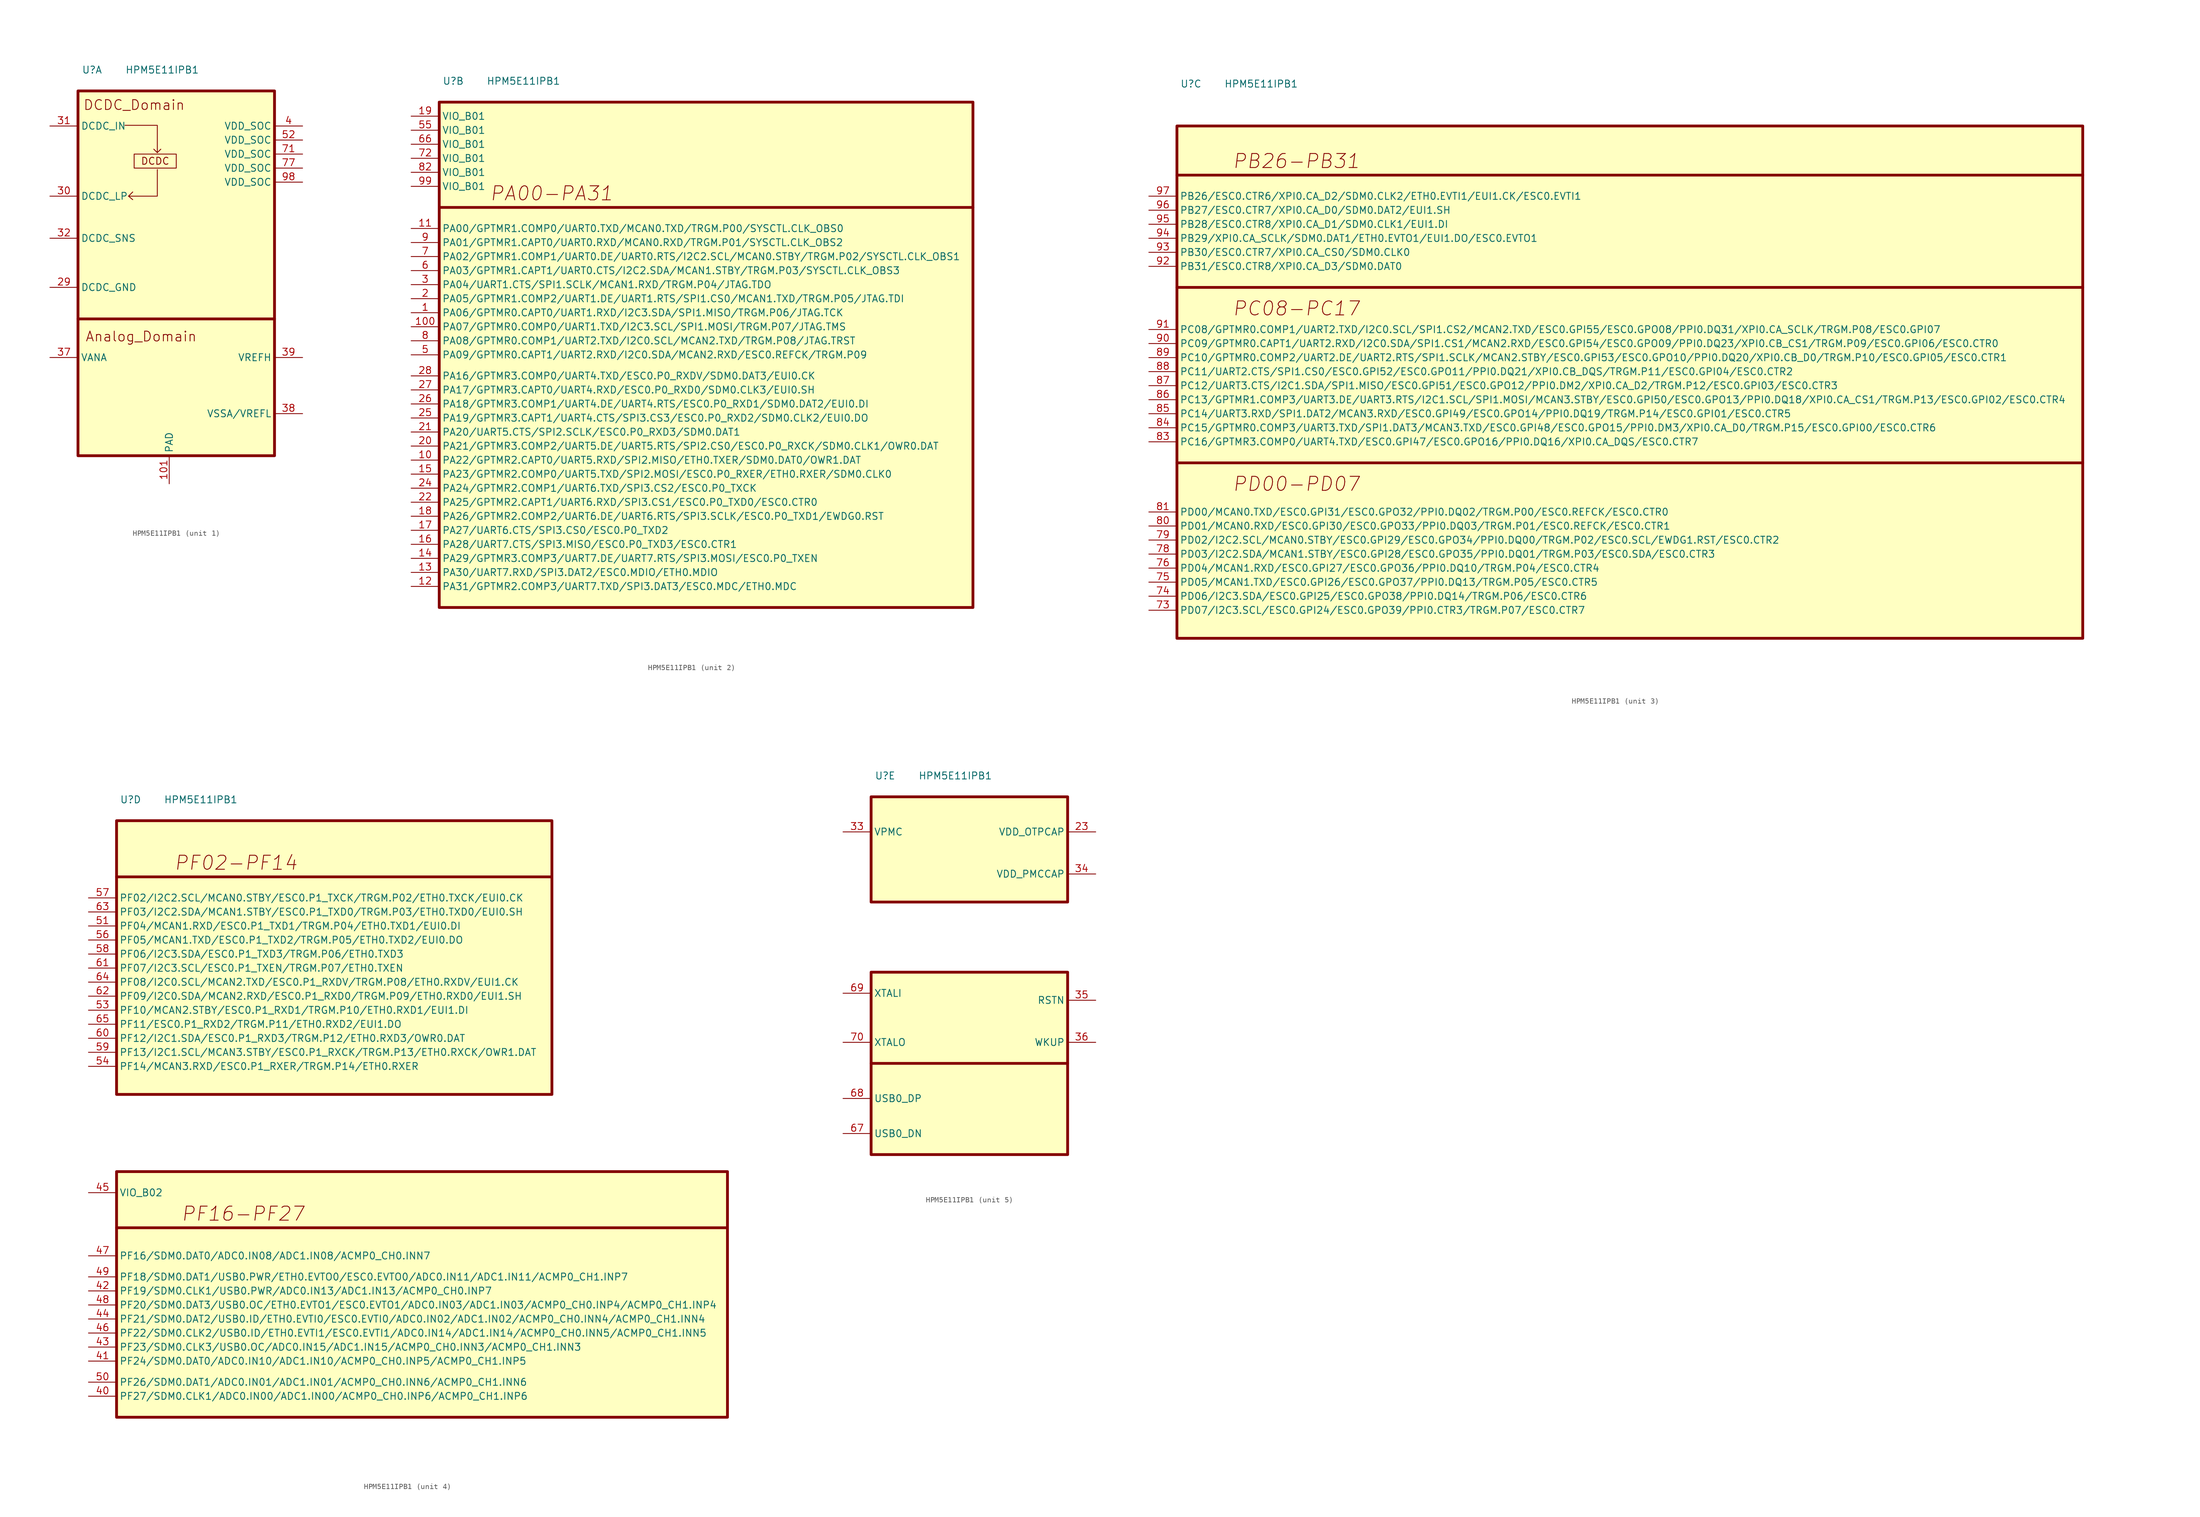
<source format=kicad_sym>
(kicad_symbol_lib
  (version 20241209)
  (generator "kicad_symbol_editor")
  (generator_version "9.0")
  (symbol "HPM5E11IPB1"
    (property "Reference" "U"
      (at 2.54 3.81 0)
      (effects (font (size 1.27 1.27))))
    (property "Value" "HPM5E11IPB1"
      (at 15.24 3.81 0)
      (effects (font (size 1.27 1.27))))
    (property "ki_locked" ""
      (at 0 0 0)
      (effects (font (size 1.27 1.27))))
    (symbol "HPM5E11IPB1_1_1"
      (rectangle (start 0 0) (end 35.56 -66.04) (stroke (width 0.508) (type default)) (fill (type background)))
      (polyline (pts (xy 0 -41.275) (xy 35.56 -41.275)) (stroke (width 0.508) (type default)) (fill (type none)))
      (polyline (pts (xy 8.509 -6.223) (xy 14.351 -6.223) (xy 14.351 -11.176) (xy 14.986 -10.541)) (stroke (width 0) (type default)) (fill (type none)))
      (polyline (pts (xy 9.144 -19.05) (xy 9.906 -18.288)) (stroke (width 0) (type default)) (fill (type none)))
      (polyline (pts (xy 9.144 -19.05) (xy 9.906 -19.685)) (stroke (width 0) (type default)) (fill (type none)))
      (rectangle (start 10.16 -11.43) (end 17.78 -13.97) (stroke (width 0) (type default)) (fill (type none)))
      (polyline (pts (xy 14.351 -11.176) (xy 13.716 -10.541)) (stroke (width 0) (type default)) (fill (type none)))
      (polyline (pts (xy 14.351 -14.224) (xy 14.351 -19.05) (xy 9.144 -19.05)) (stroke (width 0) (type default)) (fill (type none)))
      (text "DCDC_Domain" (at 10.16 -2.54 0) (effects (font (size 1.778 1.778))))
      (text "Analog_Domain" (at 11.43 -44.45 0) (effects (font (size 1.778 1.778))))
      (text "DCDC" (at 13.97 -12.7 0) (effects (font (size 1.27 1.27))))
      (pin power_in line (at -5.08 -6.35 0) (length 5.08) (name "DCDC_IN" (effects (font (size 1.27 1.27)))) (number "31" (effects (font (size 1.27 1.27)))))
      (pin power_in line (at -5.08 -19.05 0) (length 5.08) (name "DCDC_LP" (effects (font (size 1.27 1.27)))) (number "30" (effects (font (size 1.27 1.27)))))
      (pin power_in line (at -5.08 -26.67 0) (length 5.08) (name "DCDC_SNS" (effects (font (size 1.27 1.27)))) (number "32" (effects (font (size 1.27 1.27)))))
      (pin output line (at -5.08 -35.56 0) (length 5.08) (name "DCDC_GND" (effects (font (size 1.27 1.27)))) (number "29" (effects (font (size 1.27 1.27)))))
      (pin input line (at -5.08 -48.26 0) (length 5.08) (name "VANA" (effects (font (size 1.27 1.27)))) (number "37" (effects (font (size 1.27 1.27)))))
      (pin power_out line (at 16.51 -71.12 90) (length 5.08) (name "PAD" (effects (font (size 1.27 1.27)))) (number "101" (effects (font (size 1.27 1.27)))))
      (pin power_out line (at 40.64 -6.35 180) (length 5.08) (name "VDD_SOC" (effects (font (size 1.27 1.27)))) (number "4" (effects (font (size 1.27 1.27)))))
      (pin power_out line (at 40.64 -8.89 180) (length 5.08) (name "VDD_SOC" (effects (font (size 1.27 1.27)))) (number "52" (effects (font (size 1.27 1.27)))))
      (pin power_out line (at 40.64 -11.43 180) (length 5.08) (name "VDD_SOC" (effects (font (size 1.27 1.27)))) (number "71" (effects (font (size 1.27 1.27)))))
      (pin power_out line (at 40.64 -13.97 180) (length 5.08) (name "VDD_SOC" (effects (font (size 1.27 1.27)))) (number "77" (effects (font (size 1.27 1.27)))))
      (pin power_out line (at 40.64 -16.51 180) (length 5.08) (name "VDD_SOC" (effects (font (size 1.27 1.27)))) (number "98" (effects (font (size 1.27 1.27)))))
      (pin power_out line (at 40.64 -48.26 180) (length 5.08) (name "VREFH" (effects (font (size 1.27 1.27)))) (number "39" (effects (font (size 1.27 1.27)))))
      (pin power_in line (at 40.64 -58.42 180) (length 5.08) (name "VSSA/VREFL" (effects (font (size 1.27 1.27)))) (number "38" (effects (font (size 1.27 1.27))))))
    (symbol "HPM5E11IPB1_2_1"
      (rectangle (start 0 0) (end 96.52 -91.44) (stroke (width 0.508) (type default)) (fill (type background)))
      (polyline (pts (xy 0 -19.05) (xy 96.52 -19.05)) (stroke (width 0.5) (type default)) (fill (type none)))
      (text "PA00-PA31" (at 20.32 -16.51 0) (effects (font (size 2.54 2.54) (italic yes))))
      (pin power_out line (at -5.08 -2.54 0) (length 5.08) (name "VIO_B01" (effects (font (size 1.27 1.27)))) (number "19" (effects (font (size 1.27 1.27)))))
      (pin power_in line (at -5.08 -5.08 0) (length 5.08) (name "VIO_B01" (effects (font (size 1.27 1.27)))) (number "55" (effects (font (size 1.27 1.27)))))
      (pin power_in line (at -5.08 -7.62 0) (length 5.08) (name "VIO_B01" (effects (font (size 1.27 1.27)))) (number "66" (effects (font (size 1.27 1.27)))))
      (pin power_in line (at -5.08 -10.16 0) (length 5.08) (name "VIO_B01" (effects (font (size 1.27 1.27)))) (number "72" (effects (font (size 1.27 1.27)))))
      (pin power_in line (at -5.08 -12.7 0) (length 5.08) (name "VIO_B01" (effects (font (size 1.27 1.27)))) (number "82" (effects (font (size 1.27 1.27)))))
      (pin power_in line (at -5.08 -15.24 0) (length 5.08) (name "VIO_B01" (effects (font (size 1.27 1.27)))) (number "99" (effects (font (size 1.27 1.27)))))
      (pin bidirectional line (at -5.08 -22.86 0) (length 5.08) (name "PA00/GPTMR1.COMP0/UART0.TXD/MCAN0.TXD/TRGM.P00/SYSCTL.CLK_OBS0" (effects (font (size 1.27 1.27)))) (number "11" (effects (font (size 1.27 1.27)))))
      (pin bidirectional line (at -5.08 -25.4 0) (length 5.08) (name "PA01/GPTMR1.CAPT0/UART0.RXD/MCAN0.RXD/TRGM.P01/SYSCTL.CLK_OBS2" (effects (font (size 1.27 1.27)))) (number "9" (effects (font (size 1.27 1.27)))))
      (pin bidirectional line (at -5.08 -27.94 0) (length 5.08) (name "PA02/GPTMR1.COMP1/UART0.DE/UART0.RTS/I2C2.SCL/MCAN0.STBY/TRGM.P02/SYSCTL.CLK_OBS1" (effects (font (size 1.27 1.27)))) (number "7" (effects (font (size 1.27 1.27)))))
      (pin input line (at -5.08 -30.48 0) (length 5.08) (name "PA03/GPTMR1.CAPT1/UART0.CTS/I2C2.SDA/MCAN1.STBY/TRGM.P03/SYSCTL.CLK_OBS3" (effects (font (size 1.27 1.27)))) (number "6" (effects (font (size 1.27 1.27)))))
      (pin bidirectional line (at -5.08 -33.02 0) (length 5.08) (name "PA04/UART1.CTS/SPI1.SCLK/MCAN1.RXD/TRGM.P04/JTAG.TDO" (effects (font (size 1.27 1.27)))) (number "3" (effects (font (size 1.27 1.27)))))
      (pin bidirectional line (at -5.08 -35.56 0) (length 5.08) (name "PA05/GPTMR1.COMP2/UART1.DE/UART1.RTS/SPI1.CS0/MCAN1.TXD/TRGM.P05/JTAG.TDI" (effects (font (size 1.27 1.27)))) (number "2" (effects (font (size 1.27 1.27)))))
      (pin bidirectional line (at -5.08 -38.1 0) (length 5.08) (name "PA06/GPTMR0.CAPT0/UART1.RXD/I2C3.SDA/SPI1.MISO/TRGM.P06/JTAG.TCK" (effects (font (size 1.27 1.27)))) (number "1" (effects (font (size 1.27 1.27)))))
      (pin bidirectional line (at -5.08 -40.64 0) (length 5.08) (name "PA07/GPTMR0.COMP0/UART1.TXD/I2C3.SCL/SPI1.MOSI/TRGM.P07/JTAG.TMS" (effects (font (size 1.27 1.27)))) (number "100" (effects (font (size 1.27 1.27)))))
      (pin bidirectional line (at -5.08 -43.18 0) (length 5.08) (name "PA08/GPTMR0.COMP1/UART2.TXD/I2C0.SCL/MCAN2.TXD/TRGM.P08/JTAG.TRST" (effects (font (size 1.27 1.27)))) (number "8" (effects (font (size 1.27 1.27)))))
      (pin bidirectional line (at -5.08 -45.72 0) (length 5.08) (name "PA09/GPTMR0.CAPT1/UART2.RXD/I2C0.SDA/MCAN2.RXD/ESC0.REFCK/TRGM.P09" (effects (font (size 1.27 1.27)))) (number "5" (effects (font (size 1.27 1.27)))))
      (pin bidirectional line (at -5.08 -49.53 0) (length 5.08) (name "PA16/GPTMR3.COMP0/UART4.TXD/ESC0.P0_RXDV/SDM0.DAT3/EUI0.CK" (effects (font (size 1.27 1.27)))) (number "28" (effects (font (size 1.27 1.27)))))
      (pin bidirectional line (at -5.08 -52.07 0) (length 5.08) (name "PA17/GPTMR3.CAPT0/UART4.RXD/ESC0.P0_RXD0/SDM0.CLK3/EUI0.SH" (effects (font (size 1.27 1.27)))) (number "27" (effects (font (size 1.27 1.27)))))
      (pin bidirectional line (at -5.08 -54.61 0) (length 5.08) (name "PA18/GPTMR3.COMP1/UART4.DE/UART4.RTS/ESC0.P0_RXD1/SDM0.DAT2/EUI0.DI" (effects (font (size 1.27 1.27)))) (number "26" (effects (font (size 1.27 1.27)))))
      (pin bidirectional line (at -5.08 -57.15 0) (length 5.08) (name "PA19/GPTMR3.CAPT1/UART4.CTS/SPI3.CS3/ESC0.P0_RXD2/SDM0.CLK2/EUI0.DO" (effects (font (size 1.27 1.27)))) (number "25" (effects (font (size 1.27 1.27)))))
      (pin bidirectional line (at -5.08 -59.69 0) (length 5.08) (name "PA20/UART5.CTS/SPI2.SCLK/ESC0.P0_RXD3/SDM0.DAT1" (effects (font (size 1.27 1.27)))) (number "21" (effects (font (size 1.27 1.27)))))
      (pin bidirectional line (at -5.08 -62.23 0) (length 5.08) (name "PA21/GPTMR3.COMP2/UART5.DE/UART5.RTS/SPI2.CS0/ESC0.P0_RXCK/SDM0.CLK1/OWR0.DAT" (effects (font (size 1.27 1.27)))) (number "20" (effects (font (size 1.27 1.27)))))
      (pin bidirectional line (at -5.08 -64.77 0) (length 5.08) (name "PA22/GPTMR2.CAPT0/UART5.RXD/SPI2.MISO/ETH0.TXER/SDM0.DAT0/OWR1.DAT" (effects (font (size 1.27 1.27)))) (number "10" (effects (font (size 1.27 1.27)))))
      (pin bidirectional line (at -5.08 -67.31 0) (length 5.08) (name "PA23/GPTMR2.COMP0/UART5.TXD/SPI2.MOSI/ESC0.P0_RXER/ETH0.RXER/SDM0.CLK0" (effects (font (size 1.27 1.27)))) (number "15" (effects (font (size 1.27 1.27)))))
      (pin bidirectional line (at -5.08 -69.85 0) (length 5.08) (name "PA24/GPTMR2.COMP1/UART6.TXD/SPI3.CS2/ESC0.P0_TXCK" (effects (font (size 1.27 1.27)))) (number "24" (effects (font (size 1.27 1.27)))))
      (pin bidirectional line (at -5.08 -72.39 0) (length 5.08) (name "PA25/GPTMR2.CAPT1/UART6.RXD/SPI3.CS1/ESC0.P0_TXD0/ESC0.CTR0" (effects (font (size 1.27 1.27)))) (number "22" (effects (font (size 1.27 1.27)))))
      (pin bidirectional line (at -5.08 -74.93 0) (length 5.08) (name "PA26/GPTMR2.COMP2/UART6.DE/UART6.RTS/SPI3.SCLK/ESC0.P0_TXD1/EWDG0.RST" (effects (font (size 1.27 1.27)))) (number "18" (effects (font (size 1.27 1.27)))))
      (pin bidirectional line (at -5.08 -77.47 0) (length 5.08) (name "PA27/UART6.CTS/SPI3.CS0/ESC0.P0_TXD2" (effects (font (size 1.27 1.27)))) (number "17" (effects (font (size 1.27 1.27)))))
      (pin bidirectional line (at -5.08 -80.01 0) (length 5.08) (name "PA28/UART7.CTS/SPI3.MISO/ESC0.P0_TXD3/ESC0.CTR1" (effects (font (size 1.27 1.27)))) (number "16" (effects (font (size 1.27 1.27)))))
      (pin bidirectional line (at -5.08 -82.55 0) (length 5.08) (name "PA29/GPTMR3.COMP3/UART7.DE/UART7.RTS/SPI3.MOSI/ESC0.P0_TXEN" (effects (font (size 1.27 1.27)))) (number "14" (effects (font (size 1.27 1.27)))))
      (pin bidirectional line (at -5.08 -85.09 0) (length 5.08) (name "PA30/UART7.RXD/SPI3.DAT2/ESC0.MDIO/ETH0.MDIO" (effects (font (size 1.27 1.27)))) (number "13" (effects (font (size 1.27 1.27)))))
      (pin bidirectional line (at -5.08 -87.63 0) (length 5.08) (name "PA31/GPTMR2.COMP3/UART7.TXD/SPI3.DAT3/ESC0.MDC/ETH0.MDC" (effects (font (size 1.27 1.27)))) (number "12" (effects (font (size 1.27 1.27))))))
    (symbol "HPM5E11IPB1_3_1"
      (rectangle (start 0 -3.81) (end 163.83 -96.52) (stroke (width 0.508) (type default)) (fill (type background)))
      (polyline (pts (xy 0 -12.7) (xy 163.83 -12.7)) (stroke (width 0.5) (type default)) (fill (type none)))
      (polyline (pts (xy 0 -33.02) (xy 163.83 -33.02)) (stroke (width 0.5) (type solid)) (fill (type none)))
      (polyline (pts (xy 0 -64.77) (xy 163.83 -64.77)) (stroke (width 0.5) (type solid)) (fill (type none)))
      (text "PB26-PB31" (at 21.59 -10.16 0) (effects (font (size 2.54 2.54) (italic yes))))
      (text "PC08-PC17" (at 21.59 -36.83 0) (effects (font (size 2.54 2.54) (italic yes))))
      (text "PD00-PD07" (at 21.59 -68.58 0) (effects (font (size 2.54 2.54) (italic yes))))
      (pin bidirectional line (at -5.08 -16.51 0) (length 5.08) (name "PB26/ESC0.CTR6/XPI0.CA_D2/SDM0.CLK2/ETH0.EVTI1/EUI1.CK/ESC0.EVTI1" (effects (font (size 1.27 1.27)))) (number "97" (effects (font (size 1.27 1.27)))))
      (pin bidirectional line (at -5.08 -19.05 0) (length 5.08) (name "PB27/ESC0.CTR7/XPI0.CA_D0/SDM0.DAT2/EUI1.SH" (effects (font (size 1.27 1.27)))) (number "96" (effects (font (size 1.27 1.27)))))
      (pin bidirectional line (at -5.08 -21.59 0) (length 5.08) (name "PB28/ESC0.CTR8/XPI0.CA_D1/SDM0.CLK1/EUI1.DI" (effects (font (size 1.27 1.27)))) (number "95" (effects (font (size 1.27 1.27)))))
      (pin bidirectional line (at -5.08 -24.13 0) (length 5.08) (name "PB29/XPI0.CA_SCLK/SDM0.DAT1/ETH0.EVTO1/EUI1.DO/ESC0.EVTO1" (effects (font (size 1.27 1.27)))) (number "94" (effects (font (size 1.27 1.27)))))
      (pin bidirectional line (at -5.08 -26.67 0) (length 5.08) (name "PB30/ESC0.CTR7/XPI0.CA_CS0/SDM0.CLK0" (effects (font (size 1.27 1.27)))) (number "93" (effects (font (size 1.27 1.27)))))
      (pin bidirectional line (at -5.08 -29.21 0) (length 5.08) (name "PB31/ESC0.CTR8/XPI0.CA_D3/SDM0.DAT0" (effects (font (size 1.27 1.27)))) (number "92" (effects (font (size 1.27 1.27)))))
      (pin bidirectional line (at -5.08 -40.64 0) (length 5.08) (name "PC08/GPTMR0.COMP1/UART2.TXD/I2C0.SCL/SPI1.CS2/MCAN2.TXD/ESC0.GPI55/ESC0.GPO08/PPI0.DQ31/XPI0.CA_SCLK/TRGM.P08/ESC0.GPI07" (effects (font (size 1.27 1.27)))) (number "91" (effects (font (size 1.27 1.27)))))
      (pin bidirectional line (at -5.08 -43.18 0) (length 5.08) (name "PC09/GPTMR0.CAPT1/UART2.RXD/I2C0.SDA/SPI1.CS1/MCAN2.RXD/ESC0.GPI54/ESC0.GPO09/PPI0.DQ23/XPI0.CB_CS1/TRGM.P09/ESC0.GPI06/ESC0.CTR0" (effects (font (size 1.27 1.27)))) (number "90" (effects (font (size 1.27 1.27)))))
      (pin bidirectional line (at -5.08 -45.72 0) (length 5.08) (name "PC10/GPTMR0.COMP2/UART2.DE/UART2.RTS/SPI1.SCLK/MCAN2.STBY/ESC0.GPI53/ESC0.GPO10/PPI0.DQ20/XPI0.CB_D0/TRGM.P10/ESC0.GPI05/ESC0.CTR1" (effects (font (size 1.27 1.27)))) (number "89" (effects (font (size 1.27 1.27)))))
      (pin bidirectional line (at -5.08 -48.26 0) (length 5.08) (name "PC11/UART2.CTS/SPI1.CS0/ESC0.GPI52/ESC0.GPO11/PPI0.DQ21/XPI0.CB_DQS/TRGM.P11/ESC0.GPI04/ESC0.CTR2" (effects (font (size 1.27 1.27)))) (number "88" (effects (font (size 1.27 1.27)))))
      (pin bidirectional line (at -5.08 -50.8 0) (length 5.08) (name "PC12/UART3.CTS/I2C1.SDA/SPI1.MISO/ESC0.GPI51/ESC0.GPO12/PPI0.DM2/XPI0.CA_D2/TRGM.P12/ESC0.GPI03/ESC0.CTR3" (effects (font (size 1.27 1.27)))) (number "87" (effects (font (size 1.27 1.27)))))
      (pin bidirectional line (at -5.08 -53.34 0) (length 5.08) (name "PC13/GPTMR1.COMP3/UART3.DE/UART3.RTS/I2C1.SCL/SPI1.MOSI/MCAN3.STBY/ESC0.GPI50/ESC0.GPO13/PPI0.DQ18/XPI0.CA_CS1/TRGM.P13/ESC0.GPI02/ESC0.CTR4" (effects (font (size 1.27 1.27)))) (number "86" (effects (font (size 1.27 1.27)))))
      (pin bidirectional line (at -5.08 -55.88 0) (length 5.08) (name "PC14/UART3.RXD/SPI1.DAT2/MCAN3.RXD/ESC0.GPI49/ESC0.GPO14/PPI0.DQ19/TRGM.P14/ESC0.GPI01/ESC0.CTR5" (effects (font (size 1.27 1.27)))) (number "85" (effects (font (size 1.27 1.27)))))
      (pin bidirectional line (at -5.08 -58.42 0) (length 5.08) (name "PC15/GPTMR0.COMP3/UART3.TXD/SPI1.DAT3/MCAN3.TXD/ESC0.GPI48/ESC0.GPO15/PPI0.DM3/XPI0.CA_D0/TRGM.P15/ESC0.GPI00/ESC0.CTR6" (effects (font (size 1.27 1.27)))) (number "84" (effects (font (size 1.27 1.27)))))
      (pin bidirectional line (at -5.08 -60.96 0) (length 5.08) (name "PC16/GPTMR3.COMP0/UART4.TXD/ESC0.GPI47/ESC0.GPO16/PPI0.DQ16/XPI0.CA_DQS/ESC0.CTR7" (effects (font (size 1.27 1.27)))) (number "83" (effects (font (size 1.27 1.27)))))
      (pin bidirectional line (at -5.08 -73.66 0) (length 5.08) (name "PD00/MCAN0.TXD/ESC0.GPI31/ESC0.GPO32/PPI0.DQ02/TRGM.P00/ESC0.REFCK/ESC0.CTR0" (effects (font (size 1.27 1.27)))) (number "81" (effects (font (size 1.27 1.27)))))
      (pin bidirectional line (at -5.08 -76.2 0) (length 5.08) (name "PD01/MCAN0.RXD/ESC0.GPI30/ESC0.GPO33/PPI0.DQ03/TRGM.P01/ESC0.REFCK/ESC0.CTR1" (effects (font (size 1.27 1.27)))) (number "80" (effects (font (size 1.27 1.27)))))
      (pin bidirectional line (at -5.08 -78.74 0) (length 5.08) (name "PD02/I2C2.SCL/MCAN0.STBY/ESC0.GPI29/ESC0.GPO34/PPI0.DQ00/TRGM.P02/ESC0.SCL/EWDG1.RST/ESC0.CTR2" (effects (font (size 1.27 1.27)))) (number "79" (effects (font (size 1.27 1.27)))))
      (pin bidirectional line (at -5.08 -81.28 0) (length 5.08) (name "PD03/I2C2.SDA/MCAN1.STBY/ESC0.GPI28/ESC0.GPO35/PPI0.DQ01/TRGM.P03/ESC0.SDA/ESC0.CTR3" (effects (font (size 1.27 1.27)))) (number "78" (effects (font (size 1.27 1.27)))))
      (pin bidirectional line (at -5.08 -83.82 0) (length 5.08) (name "PD04/MCAN1.RXD/ESC0.GPI27/ESC0.GPO36/PPI0.DQ10/TRGM.P04/ESC0.CTR4" (effects (font (size 1.27 1.27)))) (number "76" (effects (font (size 1.27 1.27)))))
      (pin bidirectional line (at -5.08 -86.36 0) (length 5.08) (name "PD05/MCAN1.TXD/ESC0.GPI26/ESC0.GPO37/PPI0.DQ13/TRGM.P05/ESC0.CTR5" (effects (font (size 1.27 1.27)))) (number "75" (effects (font (size 1.27 1.27)))))
      (pin bidirectional line (at -5.08 -88.9 0) (length 5.08) (name "PD06/I2C3.SDA/ESC0.GPI25/ESC0.GPO38/PPI0.DQ14/TRGM.P06/ESC0.CTR6" (effects (font (size 1.27 1.27)))) (number "74" (effects (font (size 1.27 1.27)))))
      (pin bidirectional line (at -5.08 -91.44 0) (length 5.08) (name "PD07/I2C3.SCL/ESC0.GPI24/ESC0.GPO39/PPI0.CTR3/TRGM.P07/ESC0.CTR7" (effects (font (size 1.27 1.27)))) (number "73" (effects (font (size 1.27 1.27))))))
    (symbol "HPM5E11IPB1_4_1"
      (rectangle (start 0 0) (end 78.74 -49.53) (stroke (width 0.508) (type default)) (fill (type background)))
      (polyline (pts (xy 0 -10.16) (xy 78.74 -10.16)) (stroke (width 0.5) (type default)) (fill (type none)))
      (rectangle (start 0 -63.5) (end 110.49 -107.95) (stroke (width 0.508) (type default)) (fill (type background)))
      (polyline (pts (xy 0 -73.66) (xy 110.49 -73.66)) (stroke (width 0.5) (type default)) (fill (type none)))
      (text "PF02-PF14" (at 21.59 -7.62 0) (effects (font (size 2.54 2.54) (italic yes))))
      (text "PF16-PF27" (at 22.86 -71.12 0) (effects (font (size 2.54 2.54) (italic yes))))
      (pin bidirectional line (at -5.08 -13.97 0) (length 5.08) (name "PF02/I2C2.SCL/MCAN0.STBY/ESC0.P1_TXCK/TRGM.P02/ETH0.TXCK/EUI0.CK" (effects (font (size 1.27 1.27)))) (number "57" (effects (font (size 1.27 1.27)))))
      (pin bidirectional line (at -5.08 -16.51 0) (length 5.08) (name "PF03/I2C2.SDA/MCAN1.STBY/ESC0.P1_TXD0/TRGM.P03/ETH0.TXD0/EUI0.SH" (effects (font (size 1.27 1.27)))) (number "63" (effects (font (size 1.27 1.27)))))
      (pin bidirectional line (at -5.08 -19.05 0) (length 5.08) (name "PF04/MCAN1.RXD/ESC0.P1_TXD1/TRGM.P04/ETH0.TXD1/EUI0.DI" (effects (font (size 1.27 1.27)))) (number "51" (effects (font (size 1.27 1.27)))))
      (pin bidirectional line (at -5.08 -21.59 0) (length 5.08) (name "PF05/MCAN1.TXD/ESC0.P1_TXD2/TRGM.P05/ETH0.TXD2/EUI0.DO" (effects (font (size 1.27 1.27)))) (number "56" (effects (font (size 1.27 1.27)))))
      (pin bidirectional line (at -5.08 -24.13 0) (length 5.08) (name "PF06/I2C3.SDA/ESC0.P1_TXD3/TRGM.P06/ETH0.TXD3" (effects (font (size 1.27 1.27)))) (number "58" (effects (font (size 1.27 1.27)))))
      (pin bidirectional line (at -5.08 -26.67 0) (length 5.08) (name "PF07/I2C3.SCL/ESC0.P1_TXEN/TRGM.P07/ETH0.TXEN" (effects (font (size 1.27 1.27)))) (number "61" (effects (font (size 1.27 1.27)))))
      (pin bidirectional line (at -5.08 -29.21 0) (length 5.08) (name "PF08/I2C0.SCL/MCAN2.TXD/ESC0.P1_RXDV/TRGM.P08/ETH0.RXDV/EUI1.CK" (effects (font (size 1.27 1.27)))) (number "64" (effects (font (size 1.27 1.27)))))
      (pin bidirectional line (at -5.08 -31.75 0) (length 5.08) (name "PF09/I2C0.SDA/MCAN2.RXD/ESC0.P1_RXD0/TRGM.P09/ETH0.RXD0/EUI1.SH" (effects (font (size 1.27 1.27)))) (number "62" (effects (font (size 1.27 1.27)))))
      (pin bidirectional line (at -5.08 -34.29 0) (length 5.08) (name "PF10/MCAN2.STBY/ESC0.P1_RXD1/TRGM.P10/ETH0.RXD1/EUI1.DI" (effects (font (size 1.27 1.27)))) (number "53" (effects (font (size 1.27 1.27)))))
      (pin bidirectional line (at -5.08 -36.83 0) (length 5.08) (name "PF11/ESC0.P1_RXD2/TRGM.P11/ETH0.RXD2/EUI1.DO" (effects (font (size 1.27 1.27)))) (number "65" (effects (font (size 1.27 1.27)))))
      (pin bidirectional line (at -5.08 -39.37 0) (length 5.08) (name "PF12/I2C1.SDA/ESC0.P1_RXD3/TRGM.P12/ETH0.RXD3/OWR0.DAT" (effects (font (size 1.27 1.27)))) (number "60" (effects (font (size 1.27 1.27)))))
      (pin bidirectional line (at -5.08 -41.91 0) (length 5.08) (name "PF13/I2C1.SCL/MCAN3.STBY/ESC0.P1_RXCK/TRGM.P13/ETH0.RXCK/OWR1.DAT" (effects (font (size 1.27 1.27)))) (number "59" (effects (font (size 1.27 1.27)))))
      (pin bidirectional line (at -5.08 -44.45 0) (length 5.08) (name "PF14/MCAN3.RXD/ESC0.P1_RXER/TRGM.P14/ETH0.RXER" (effects (font (size 1.27 1.27)))) (number "54" (effects (font (size 1.27 1.27)))))
      (pin power_in line (at -5.08 -67.31 0) (length 5.08) (name "VIO_B02" (effects (font (size 1.27 1.27)))) (number "45" (effects (font (size 1.27 1.27)))))
      (pin bidirectional line (at -5.08 -78.74 0) (length 5.08) (name "PF16/SDM0.DAT0/ADC0.IN08/ADC1.IN08/ACMP0_CH0.INN7" (effects (font (size 1.27 1.27)))) (number "47" (effects (font (size 1.27 1.27)))))
      (pin bidirectional line (at -5.08 -82.55 0) (length 5.08) (name "PF18/SDM0.DAT1/USB0.PWR/ETH0.EVTO0/ESC0.EVTO0/ADC0.IN11/ADC1.IN11/ACMP0_CH1.INP7" (effects (font (size 1.27 1.27)))) (number "49" (effects (font (size 1.27 1.27)))))
      (pin bidirectional line (at -5.08 -85.09 0) (length 5.08) (name "PF19/SDM0.CLK1/USB0.PWR/ADC0.IN13/ADC1.IN13/ACMP0_CH0.INP7" (effects (font (size 1.27 1.27)))) (number "42" (effects (font (size 1.27 1.27)))))
      (pin bidirectional line (at -5.08 -87.63 0) (length 5.08) (name "PF20/SDM0.DAT3/USB0.OC/ETH0.EVTO1/ESC0.EVTO1/ADC0.IN03/ADC1.IN03/ACMP0_CH0.INP4/ACMP0_CH1.INP4" (effects (font (size 1.27 1.27)))) (number "48" (effects (font (size 1.27 1.27)))))
      (pin bidirectional line (at -5.08 -90.17 0) (length 5.08) (name "PF21/SDM0.DAT2/USB0.ID/ETH0.EVTI0/ESC0.EVTI0/ADC0.IN02/ADC1.IN02/ACMP0_CH0.INN4/ACMP0_CH1.INN4" (effects (font (size 1.27 1.27)))) (number "44" (effects (font (size 1.27 1.27)))))
      (pin bidirectional line (at -5.08 -92.71 0) (length 5.08) (name "PF22/SDM0.CLK2/USB0.ID/ETH0.EVTI1/ESC0.EVTI1/ADC0.IN14/ADC1.IN14/ACMP0_CH0.INN5/ACMP0_CH1.INN5" (effects (font (size 1.27 1.27)))) (number "46" (effects (font (size 1.27 1.27)))))
      (pin bidirectional line (at -5.08 -95.25 0) (length 5.08) (name "PF23/SDM0.CLK3/USB0.OC/ADC0.IN15/ADC1.IN15/ACMP0_CH0.INN3/ACMP0_CH1.INN3" (effects (font (size 1.27 1.27)))) (number "43" (effects (font (size 1.27 1.27)))))
      (pin bidirectional line (at -5.08 -97.79 0) (length 5.08) (name "PF24/SDM0.DAT0/ADC0.IN10/ADC1.IN10/ACMP0_CH0.INP5/ACMP0_CH1.INP5" (effects (font (size 1.27 1.27)))) (number "41" (effects (font (size 1.27 1.27)))))
      (pin bidirectional line (at -5.08 -101.6 0) (length 5.08) (name "PF26/SDM0.DAT1/ADC0.IN01/ADC1.IN01/ACMP0_CH0.INN6/ACMP0_CH1.INN6" (effects (font (size 1.27 1.27)))) (number "50" (effects (font (size 1.27 1.27)))))
      (pin bidirectional line (at -5.08 -104.14 0) (length 5.08) (name "PF27/SDM0.CLK1/ADC0.IN00/ADC1.IN00/ACMP0_CH0.INP6/ACMP0_CH1.INP6" (effects (font (size 1.27 1.27)))) (number "40" (effects (font (size 1.27 1.27))))))
    (symbol "HPM5E11IPB1_5_1"
      (rectangle (start 0 0) (end 35.56 -19.05) (stroke (width 0.508) (type default)) (fill (type background)))
      (rectangle (start 0 -31.75) (end 35.56 -64.77) (stroke (width 0.508) (type default)) (fill (type background)))
      (polyline (pts (xy 0 -48.26) (xy 35.56 -48.26)) (stroke (width 0.5) (type default)) (fill (type none)))
      (pin power_in line (at -5.08 -6.35 0) (length 5.08) (name "VPMC" (effects (font (size 1.27 1.27)))) (number "33" (effects (font (size 1.27 1.27)))))
      (pin power_in line (at -5.08 -35.56 0) (length 5.08) (name "XTALI" (effects (font (size 1.27 1.27)))) (number "69" (effects (font (size 1.27 1.27)))))
      (pin input line (at -5.08 -44.45 0) (length 5.08) (name "XTALO" (effects (font (size 1.27 1.27)))) (number "70" (effects (font (size 1.27 1.27)))))
      (pin bidirectional line (at -5.08 -54.61 0) (length 5.08) (name "USB0_DP" (effects (font (size 1.27 1.27)))) (number "68" (effects (font (size 1.27 1.27)))))
      (pin bidirectional line (at -5.08 -60.96 0) (length 5.08) (name "USB0_DN" (effects (font (size 1.27 1.27)))) (number "67" (effects (font (size 1.27 1.27)))))
      (pin power_in line (at 40.64 -6.35 180) (length 5.08) (name "VDD_OTPCAP" (effects (font (size 1.27 1.27)))) (number "23" (effects (font (size 1.27 1.27)))))
      (pin power_in line (at 40.64 -13.97 180) (length 5.08) (name "VDD_PMCCAP" (effects (font (size 1.27 1.27)))) (number "34" (effects (font (size 1.27 1.27)))))
      (pin bidirectional line (at 40.64 -36.83 180) (length 5.08) (name "RSTN" (effects (font (size 1.27 1.27)))) (number "35" (effects (font (size 1.27 1.27)))))
      (pin power_in line (at 40.64 -44.45 180) (length 5.08) (name "WKUP" (effects (font (size 1.27 1.27)))) (number "36" (effects (font (size 1.27 1.27))))))))
</source>
